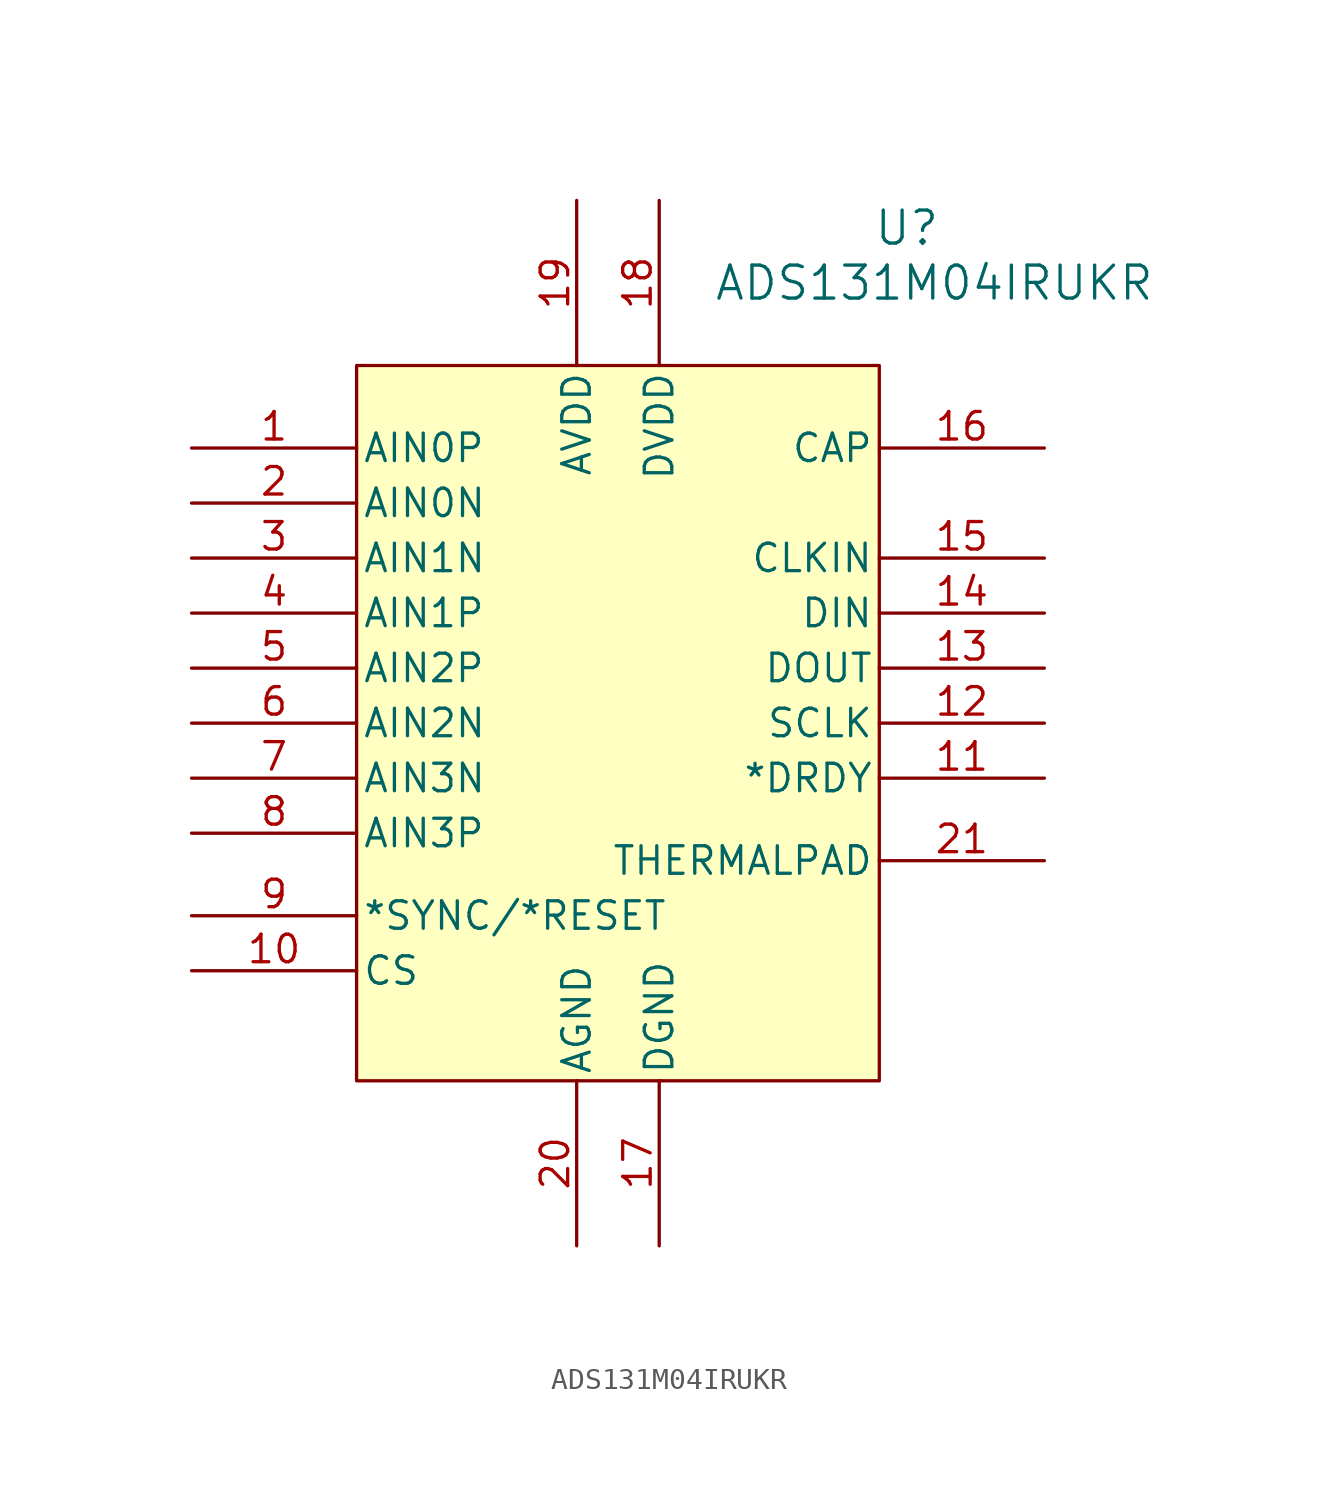
<source format=kicad_sym>
(kicad_symbol_lib
  (version 20220914)
  (generator kicad_symbol_editor)
  (symbol "ADS131M04IRUKR"
    (pin_names
      (offset 0.254))
    (property "Reference" "U"
      (at 49.53 10.16 0)
      (effects (font (size 1.524 1.524))))
    (property "Value" "ADS131M04IRUKR"
      (at 50.8 7.62 0)
      (effects (font (size 1.524 1.524))))
    (symbol "ADS131M04IRUKR_0_1"
      (pin bidirectional line (at 16.51 0 0) (length 7.62) (name "AIN0P" (effects (font (size 1.27 1.27)))) (number "1" (effects (font (size 1.27 1.27)))))
      (pin unspecified line (at 16.51 -24.13 0) (length 7.62) (name "CS" (effects (font (size 1.27 1.27)))) (number "10" (effects (font (size 1.27 1.27)))))
      (pin unspecified line (at 55.88 -15.24 180) (length 7.62) (name "*DRDY" (effects (font (size 1.27 1.27)))) (number "11" (effects (font (size 1.27 1.27)))))
      (pin unspecified line (at 55.88 -12.7 180) (length 7.62) (name "SCLK" (effects (font (size 1.27 1.27)))) (number "12" (effects (font (size 1.27 1.27)))))
      (pin output line (at 55.88 -10.16 180) (length 7.62) (name "DOUT" (effects (font (size 1.27 1.27)))) (number "13" (effects (font (size 1.27 1.27)))))
      (pin unspecified line (at 55.88 -7.62 180) (length 7.62) (name "DIN" (effects (font (size 1.27 1.27)))) (number "14" (effects (font (size 1.27 1.27)))))
      (pin unspecified line (at 55.88 -5.08 180) (length 7.62) (name "CLKIN" (effects (font (size 1.27 1.27)))) (number "15" (effects (font (size 1.27 1.27)))))
      (pin unspecified line (at 55.88 0 180) (length 7.62) (name "CAP" (effects (font (size 1.27 1.27)))) (number "16" (effects (font (size 1.27 1.27)))))
      (pin power_out line (at 38.1 -36.83 90) (length 7.62) (name "DGND" (effects (font (size 1.27 1.27)))) (number "17" (effects (font (size 1.27 1.27)))))
      (pin power_in line (at 38.1 11.43 270) (length 7.62) (name "DVDD" (effects (font (size 1.27 1.27)))) (number "18" (effects (font (size 1.27 1.27)))))
      (pin power_in line (at 34.29 11.43 270) (length 7.62) (name "AVDD" (effects (font (size 1.27 1.27)))) (number "19" (effects (font (size 1.27 1.27)))))
      (pin bidirectional line (at 16.51 -2.54 0) (length 7.62) (name "AIN0N" (effects (font (size 1.27 1.27)))) (number "2" (effects (font (size 1.27 1.27)))))
      (pin power_out line (at 34.29 -36.83 90) (length 7.62) (name "AGND" (effects (font (size 1.27 1.27)))) (number "20" (effects (font (size 1.27 1.27)))))
      (pin power_out line (at 55.88 -19.05 180) (length 7.62) (name "THERMALPAD" (effects (font (size 1.27 1.27)))) (number "21" (effects (font (size 1.27 1.27)))))
      (pin input line (at 16.51 -5.08 0) (length 7.62) (name "AIN1N" (effects (font (size 1.27 1.27)))) (number "3" (effects (font (size 1.27 1.27)))))
      (pin input line (at 16.51 -7.62 0) (length 7.62) (name "AIN1P" (effects (font (size 1.27 1.27)))) (number "4" (effects (font (size 1.27 1.27)))))
      (pin input line (at 16.51 -10.16 0) (length 7.62) (name "AIN2P" (effects (font (size 1.27 1.27)))) (number "5" (effects (font (size 1.27 1.27)))))
      (pin input line (at 16.51 -12.7 0) (length 7.62) (name "AIN2N" (effects (font (size 1.27 1.27)))) (number "6" (effects (font (size 1.27 1.27)))))
      (pin input line (at 16.51 -15.24 0) (length 7.62) (name "AIN3N" (effects (font (size 1.27 1.27)))) (number "7" (effects (font (size 1.27 1.27)))))
      (pin input line (at 16.51 -17.78 0) (length 7.62) (name "AIN3P" (effects (font (size 1.27 1.27)))) (number "8" (effects (font (size 1.27 1.27)))))
      (pin unspecified line (at 16.51 -21.59 0) (length 7.62) (name "*SYNC/*RESET" (effects (font (size 1.27 1.27)))) (number "9" (effects (font (size 1.27 1.27))))))
    (symbol "ADS131M04IRUKR_1_1"
      (rectangle (start 24.13 3.81) (end 48.26 -29.21) (stroke (width 0) (type default)) (fill (type background))))))
</source>
